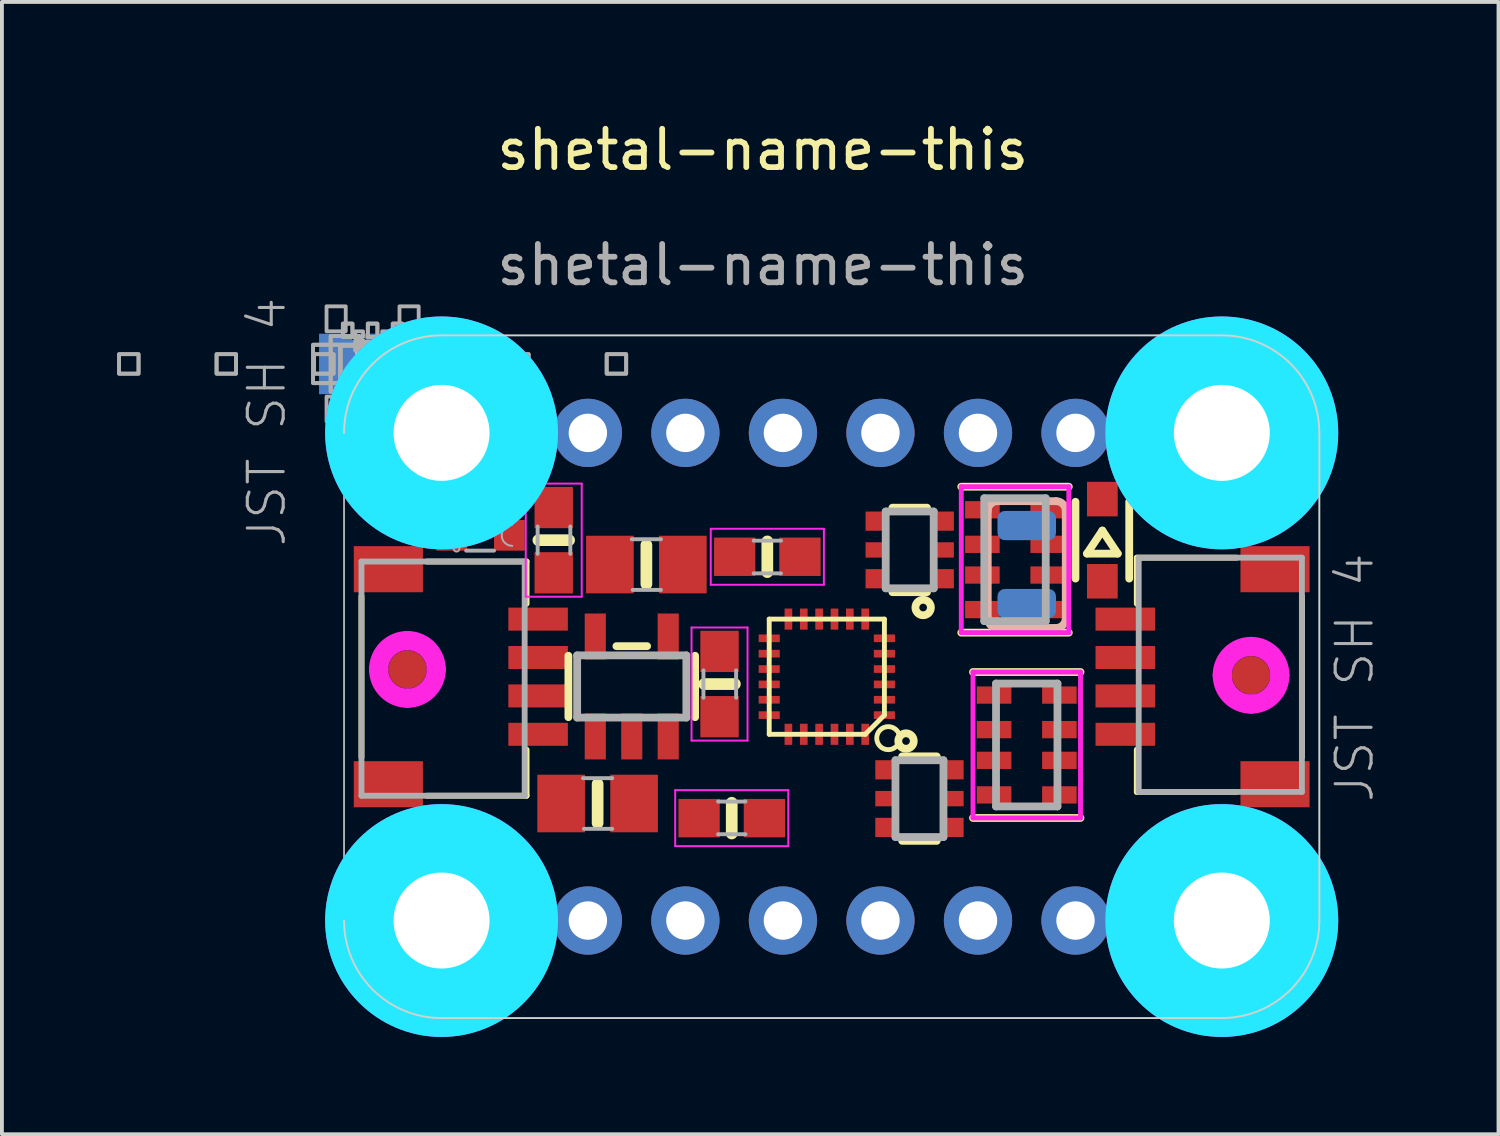
<source format=kicad_pcb>
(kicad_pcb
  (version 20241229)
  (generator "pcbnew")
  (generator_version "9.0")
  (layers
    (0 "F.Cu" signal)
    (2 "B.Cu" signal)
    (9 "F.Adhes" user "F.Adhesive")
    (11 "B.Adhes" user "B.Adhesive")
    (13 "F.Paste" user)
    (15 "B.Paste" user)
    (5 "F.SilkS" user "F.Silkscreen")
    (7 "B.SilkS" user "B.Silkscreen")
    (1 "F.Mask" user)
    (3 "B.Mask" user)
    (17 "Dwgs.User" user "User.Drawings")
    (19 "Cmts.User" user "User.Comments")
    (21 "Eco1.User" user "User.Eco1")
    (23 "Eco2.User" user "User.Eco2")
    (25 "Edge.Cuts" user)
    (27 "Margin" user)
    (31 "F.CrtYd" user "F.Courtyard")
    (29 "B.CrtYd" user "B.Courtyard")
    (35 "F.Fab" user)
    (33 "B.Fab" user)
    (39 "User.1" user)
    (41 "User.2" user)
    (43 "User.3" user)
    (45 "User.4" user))
  (footprint "shetal-name-this"
    (layer "F.Cu")
    (at 16.814 1.348)
    (property "Reference" "shetal-name-this" (at 0 -0.5 0) (unlocked yes) (layer "F.SilkS") (effects (font (size 1 1) (thickness 0.15))))
    (attr through_hole)
    (fp_arc (start -10.002949 13.035551) (mid -9.783279 12.505221) (end -9.252949 12.285551) (stroke (width 0.5) (type solid)) (layer "F.Mask"))
    (fp_arc (start -9.252949 12.285551) (mid -8.722619 12.505221) (end -8.502949 13.035551) (stroke (width 0.5) (type solid)) (layer "F.Mask"))
    (fp_arc (start -9.252949 13.785551) (mid -9.783279 13.565881) (end -10.002949 13.035551) (stroke (width 0.5) (type solid)) (layer "F.Mask"))
    (fp_arc (start -8.502949 13.035551) (mid -8.722619 13.565881) (end -9.252949 13.785551) (stroke (width 0.5) (type solid)) (layer "F.Mask"))
    (fp_arc (start 11.968051 13.187951) (mid 12.187721 12.657621) (end 12.718051 12.437951) (stroke (width 0.5) (type solid)) (layer "F.Mask"))
    (fp_arc (start 12.718051 12.437951) (mid 13.248381 12.657621) (end 13.468051 13.187951) (stroke (width 0.5) (type solid)) (layer "F.Mask"))
    (fp_arc (start 12.718051 13.937951) (mid 12.187721 13.718281) (end 11.968051 13.187951) (stroke (width 0.5) (type solid)) (layer "F.Mask"))
    (fp_arc (start 13.468051 13.187951) (mid 13.248381 13.718281) (end 12.718051 13.937951) (stroke (width 0.5) (type solid)) (layer "F.Mask"))
    (fp_poly (pts (xy -10.054 5.077) (xy -10.839 4.292) (xy -11.555 4.292) (xy -11.555 5.868) (xy -10.787 5.868)) (stroke (width 0) (type solid)) (fill yes) (layer "B.Cu"))
    (fp_poly (pts (xy -8.765 4.292) (xy -10.476 4.292) (xy -9.717 5.08) (xy -10.476 5.868) (xy -8.765 5.868)) (stroke (width 0) (type solid)) (fill yes) (layer "B.Cu"))
    (fp_poly (pts (xy -11.62 4.255) (xy -8.7 4.255) (xy -8.7 5.905) (xy -11.62 5.905)) (stroke (width 0) (type solid)) (fill yes) (layer "B.Mask"))
    (fp_line (start -10.45 11.126) (end -10.45 15.326) (stroke (width 0.152) (type solid)) (layer "F.SilkS"))
    (fp_line (start -8.75 10.226) (end -6.15 10.226) (stroke (width 0.152) (type solid)) (layer "F.SilkS"))
    (fp_line (start -6.15 10.226) (end -6.15 11.326) (stroke (width 0.152) (type solid)) (layer "F.SilkS"))
    (fp_line (start -6.15 15.126) (end -6.15 16.326) (stroke (width 0.152) (type solid)) (layer "F.SilkS"))
    (fp_line (start -6.15 16.326) (end -8.75 16.326) (stroke (width 0.152) (type solid)) (layer "F.SilkS"))
    (fp_line (start -5.061 12.68) (end -5.061 14.28) (stroke (width 0.203) (type solid)) (layer "F.SilkS"))
    (fp_line (start -5.043 9.67) (end -5.843 9.67) (stroke (width 0.305) (type solid)) (layer "F.SilkS"))
    (fp_line (start -4.3 16.02) (end -4.3 17.036) (stroke (width 0.305) (type solid)) (layer "F.SilkS"))
    (fp_line (start -3.811 12.43) (end -3.011 12.43) (stroke (width 0.203) (type solid)) (layer "F.SilkS"))
    (fp_line (start -3.03 9.797) (end -3.03 10.813) (stroke (width 0.305) (type solid)) (layer "F.SilkS"))
    (fp_line (start -1.761 12.68) (end -1.761 14.28) (stroke (width 0.203) (type solid)) (layer "F.SilkS"))
    (fp_line (start -0.807 16.509) (end -0.807 17.309) (stroke (width 0.305) (type solid)) (layer "F.SilkS"))
    (fp_line (start -0.725 13.417) (end -1.525 13.417) (stroke (width 0.305) (type solid)) (layer "F.SilkS"))
    (fp_line (start 0.12 10.502) (end 0.12 9.702) (stroke (width 0.305) (type solid)) (layer "F.SilkS"))
    (fp_line (start 0.169 11.726) (end 3.169 11.726) (stroke (width 0.127) (type solid)) (layer "F.SilkS"))
    (fp_line (start 0.169 14.726) (end 0.169 11.726) (stroke (width 0.127) (type solid)) (layer "F.SilkS"))
    (fp_line (start 2.669 14.726) (end 0.169 14.726) (stroke (width 0.127) (type solid)) (layer "F.SilkS"))
    (fp_line (start 3.169 11.726) (end 3.169 14.226) (stroke (width 0.127) (type solid)) (layer "F.SilkS"))
    (fp_line (start 3.169 14.226) (end 2.669 14.726) (stroke (width 0.127) (type solid)) (layer "F.SilkS"))
    (fp_line (start 3.378 8.824) (end 4.278 8.824) (stroke (width 0.203) (type solid)) (layer "F.SilkS"))
    (fp_line (start 3.378 11.024) (end 4.278 11.024) (stroke (width 0.203) (type solid)) (layer "F.SilkS"))
    (fp_line (start 4.532 15.301) (end 3.632 15.301) (stroke (width 0.203) (type solid)) (layer "F.SilkS"))
    (fp_line (start 4.532 17.501) (end 3.632 17.501) (stroke (width 0.203) (type solid)) (layer "F.SilkS"))
    (fp_line (start 5.171 8.278) (end 7.971 8.278) (stroke (width 0.203) (type solid)) (layer "F.SilkS"))
    (fp_line (start 5.476 13.104) (end 8.276 13.104) (stroke (width 0.203) (type solid)) (layer "F.SilkS"))
    (fp_line (start 7.971 12.078) (end 5.171 12.078) (stroke (width 0.203) (type solid)) (layer "F.SilkS"))
    (fp_line (start 8.145 10.67) (end 8.145 8.67) (stroke (width 0.203) (type solid)) (layer "F.SilkS"))
    (fp_line (start 8.276 16.904) (end 5.476 16.904) (stroke (width 0.203) (type solid)) (layer "F.SilkS"))
    (fp_line (start 8.445 10.02) (end 8.845 9.42) (stroke (width 0.203) (type solid)) (layer "F.SilkS"))
    (fp_line (start 8.845 9.42) (end 9.245 10.02) (stroke (width 0.203) (type solid)) (layer "F.SilkS"))
    (fp_line (start 9.245 10.02) (end 8.445 10.02) (stroke (width 0.203) (type solid)) (layer "F.SilkS"))
    (fp_line (start 9.545 8.67) (end 9.545 10.67) (stroke (width 0.203) (type solid)) (layer "F.SilkS"))
    (fp_line (start 9.742 10.126) (end 12.342 10.126) (stroke (width 0.152) (type solid)) (layer "F.SilkS"))
    (fp_line (start 9.742 11.326) (end 9.742 10.126) (stroke (width 0.152) (type solid)) (layer "F.SilkS"))
    (fp_line (start 9.742 16.226) (end 9.742 15.126) (stroke (width 0.152) (type solid)) (layer "F.SilkS"))
    (fp_line (start 12.342 16.226) (end 9.742 16.226) (stroke (width 0.152) (type solid)) (layer "F.SilkS"))
    (fp_line (start 14.042 15.326) (end 14.042 11.126) (stroke (width 0.152) (type solid)) (layer "F.SilkS"))
    (fp_circle (center -8.364 6.876) (end -6.364 6.876) (stroke (width 0.203) (type solid)) (fill no) (layer "F.SilkS"))
    (fp_circle (center -8.364 19.576) (end -6.364 19.576) (stroke (width 0.203) (type solid)) (fill no) (layer "F.SilkS"))
    (fp_circle (center 3.269 14.826) (end 2.969 14.826) (stroke (width 0.127) (type solid)) (fill no) (layer "F.SilkS"))
    (fp_circle (center 3.732 14.901) (end 3.732 15.001) (stroke (width 0.203) (type solid)) (fill no) (layer "F.SilkS"))
    (fp_circle (center 4.178 11.424) (end 4.178 11.324) (stroke (width 0.203) (type solid)) (fill no) (layer "F.SilkS"))
    (fp_circle (center 11.956 6.876) (end 13.956 6.876) (stroke (width 0.203) (type solid)) (fill no) (layer "F.SilkS"))
    (fp_circle (center 11.956 19.576) (end 13.956 19.576) (stroke (width 0.203) (type solid)) (fill no) (layer "F.SilkS"))
    (fp_poly (pts (xy -9.858 5.47) (xy -10.443 5.08) (xy -9.858 4.69)) (stroke (width 0) (type solid)) (fill yes) (layer "F.SilkS"))
    (fp_poly (pts (xy -9.747 5.334) (xy -10.573 5.334) (xy -10.16 4.818)) (stroke (width 0) (type solid)) (fill yes) (layer "F.SilkS"))
    (fp_poly (pts (xy -10.61 5.58) (xy -10.41 5.58) (xy -10.41 4.58) (xy -10.61 4.58)) (stroke (width 0) (type solid)) (fill yes) (layer "F.SilkS"))
    (fp_poly (pts (xy -10.541 4.94) (xy -9.779 4.94) (xy -9.779 4.813) (xy -10.541 4.813)) (stroke (width 0) (type solid)) (fill yes) (layer "F.SilkS"))
    (fp_line (start 5.86 8.908) (end 5.86 11.702) (stroke (width 0.203) (type solid)) (layer "B.SilkS"))
    (fp_line (start 7.638 8.654) (end 6.114 8.654) (stroke (width 0.203) (type solid)) (layer "B.SilkS"))
    (fp_line (start 7.638 11.956) (end 6.114 11.956) (stroke (width 0.203) (type solid)) (layer "B.SilkS"))
    (fp_line (start 7.892 11.702) (end 7.892 8.908) (stroke (width 0.203) (type solid)) (layer "B.SilkS"))
    (fp_arc (start 5.860051 8.908051) (mid 5.934446 8.728446) (end 6.114051 8.654051) (stroke (width 0.2032) (type solid)) (layer "B.SilkS"))
    (fp_arc (start 6.114051 11.956051) (mid 5.934446 11.881656) (end 5.860051 11.702051) (stroke (width 0.2032) (type solid)) (layer "B.SilkS"))
    (fp_arc (start 7.638051 8.654051) (mid 7.817656 8.728446) (end 7.892051 8.908051) (stroke (width 0.2032) (type solid)) (layer "B.SilkS"))
    (fp_arc (start 7.892051 11.702051) (mid 7.817656 11.881656) (end 7.638051 11.956051) (stroke (width 0.2032) (type solid)) (layer "B.SilkS"))
    (fp_poly (pts (xy -10.36 5.38) (xy -9.96 5.38) (xy -9.96 4.78) (xy -10.36 4.78)) (stroke (width 0) (type solid)) (fill yes) (layer "F.Adhes"))
    (fp_poly (pts (xy -10.36 5.38) (xy -9.96 5.38) (xy -9.96 4.78) (xy -10.36 4.78)) (stroke (width 0) (type solid)) (fill yes) (layer "F.Adhes"))
    (fp_poly (pts (xy -10.36 5.38) (xy -9.96 5.38) (xy -9.96 4.78) (xy -10.36 4.78)) (stroke (width 0) (type solid)) (fill yes) (layer "F.Adhes"))
    (fp_poly (pts (xy -10.36 5.38) (xy -9.96 5.38) (xy -9.96 4.78) (xy -10.36 4.78)) (stroke (width 0) (type solid)) (fill yes) (layer "F.Adhes"))
    (fp_line (start -8.364 22.116) (end 11.956 22.116) (stroke (width 0.05) (type solid)) (layer "Edge.Cuts"))
    (fp_line (start 11.956 4.336) (end -8.364 4.336) (stroke (width 0.05) (type solid)) (layer "Edge.Cuts"))
    (fp_line (start 14.496 19.576) (end 14.496 6.876) (stroke (width 0.05) (type solid)) (layer "Edge.Cuts"))
    (fp_arc (start -10.903949 6.876051) (mid -10.16 5.08) (end -8.363949 4.336051) (stroke (width 0.05) (type solid)) (layer "Edge.Cuts"))
    (fp_arc (start -8.363949 22.116051) (mid -10.16 21.372102) (end -10.903949 19.576051) (stroke (width 0.05) (type solid)) (layer "Edge.Cuts"))
    (fp_arc (start 11.956051 4.336051) (mid 13.752102 5.08) (end 14.496051 6.876051) (stroke (width 0.05) (type solid)) (layer "Edge.Cuts"))
    (fp_arc (start 14.496051 19.576051) (mid 13.752102 21.372102) (end 11.956051 22.116051) (stroke (width 0.05) (type solid)) (layer "Edge.Cuts"))
    (fp_circle (center -8.364 6.876) (end -7.364 6.876) (stroke (width 2.032) (type solid)) (fill no) (layer "B.CrtYd"))
    (fp_circle (center -8.364 19.576) (end -7.364 19.576) (stroke (width 2.032) (type solid)) (fill no) (layer "B.CrtYd"))
    (fp_circle (center 11.956 6.876) (end 12.956 6.876) (stroke (width 2.032) (type solid)) (fill no) (layer "B.CrtYd"))
    (fp_circle (center 11.956 19.576) (end 12.956 19.576) (stroke (width 2.032) (type solid)) (fill no) (layer "B.CrtYd"))
    (fp_line (start -6.172 8.197) (end -4.714 8.197) (stroke (width 0.051) (type solid)) (layer "F.CrtYd"))
    (fp_line (start -6.172 11.143) (end -6.172 8.197) (stroke (width 0.051) (type solid)) (layer "F.CrtYd"))
    (fp_line (start -4.714 8.197) (end -4.714 11.143) (stroke (width 0.051) (type solid)) (layer "F.CrtYd"))
    (fp_line (start -4.714 11.143) (end -6.172 11.143) (stroke (width 0.051) (type solid)) (layer "F.CrtYd"))
    (fp_line (start -2.28 16.18) (end 0.666 16.18) (stroke (width 0.051) (type solid)) (layer "F.CrtYd"))
    (fp_line (start -2.28 17.638) (end -2.28 16.18) (stroke (width 0.051) (type solid)) (layer "F.CrtYd"))
    (fp_line (start -1.854 11.944) (end -0.396 11.944) (stroke (width 0.051) (type solid)) (layer "F.CrtYd"))
    (fp_line (start -1.854 14.89) (end -1.854 11.944) (stroke (width 0.051) (type solid)) (layer "F.CrtYd"))
    (fp_line (start -1.353 9.373) (end 1.593 9.373) (stroke (width 0.051) (type solid)) (layer "F.CrtYd"))
    (fp_line (start -1.353 10.831) (end -1.353 9.373) (stroke (width 0.051) (type solid)) (layer "F.CrtYd"))
    (fp_line (start -0.396 11.944) (end -0.396 14.89) (stroke (width 0.051) (type solid)) (layer "F.CrtYd"))
    (fp_line (start -0.396 14.89) (end -1.854 14.89) (stroke (width 0.051) (type solid)) (layer "F.CrtYd"))
    (fp_line (start 0.666 16.18) (end 0.666 17.638) (stroke (width 0.051) (type solid)) (layer "F.CrtYd"))
    (fp_line (start 0.666 17.638) (end -2.28 17.638) (stroke (width 0.051) (type solid)) (layer "F.CrtYd"))
    (fp_line (start 1.593 9.373) (end 1.593 10.831) (stroke (width 0.051) (type solid)) (layer "F.CrtYd"))
    (fp_line (start 1.593 10.831) (end -1.353 10.831) (stroke (width 0.051) (type solid)) (layer "F.CrtYd"))
    (fp_line (start 5.171 8.278) (end 5.171 12.078) (stroke (width 0.127) (type solid)) (layer "F.CrtYd"))
    (fp_line (start 5.171 8.278) (end 7.971 8.278) (stroke (width 0.127) (type solid)) (layer "F.CrtYd"))
    (fp_line (start 5.476 13.104) (end 8.276 13.104) (stroke (width 0.127) (type solid)) (layer "F.CrtYd"))
    (fp_line (start 5.476 16.904) (end 5.476 13.104) (stroke (width 0.127) (type solid)) (layer "F.CrtYd"))
    (fp_line (start 7.971 8.278) (end 7.971 12.078) (stroke (width 0.127) (type solid)) (layer "F.CrtYd"))
    (fp_line (start 7.971 12.078) (end 5.171 12.078) (stroke (width 0.127) (type solid)) (layer "F.CrtYd"))
    (fp_line (start 8.276 16.904) (end 5.476 16.904) (stroke (width 0.127) (type solid)) (layer "F.CrtYd"))
    (fp_line (start 8.276 16.904) (end 8.276 13.104) (stroke (width 0.127) (type solid)) (layer "F.CrtYd"))
    (fp_arc (start -10.002949 13.035551) (mid -9.783279 12.505221) (end -9.252949 12.285551) (stroke (width 0.5) (type solid)) (layer "F.CrtYd"))
    (fp_arc (start -9.252949 12.285551) (mid -8.722619 12.505221) (end -8.502949 13.035551) (stroke (width 0.5) (type solid)) (layer "F.CrtYd"))
    (fp_arc (start -9.252949 13.785551) (mid -9.783279 13.565881) (end -10.002949 13.035551) (stroke (width 0.5) (type solid)) (layer "F.CrtYd"))
    (fp_arc (start -8.502949 13.035551) (mid -8.722619 13.565881) (end -9.252949 13.785551) (stroke (width 0.5) (type solid)) (layer "F.CrtYd"))
    (fp_arc (start 11.968051 13.187951) (mid 12.187721 12.657621) (end 12.718051 12.437951) (stroke (width 0.5) (type solid)) (layer "F.CrtYd"))
    (fp_arc (start 12.718051 12.437951) (mid 13.248381 12.657621) (end 13.468051 13.187951) (stroke (width 0.5) (type solid)) (layer "F.CrtYd"))
    (fp_arc (start 12.718051 13.937951) (mid 12.187721 13.718281) (end 11.968051 13.187951) (stroke (width 0.5) (type solid)) (layer "F.CrtYd"))
    (fp_arc (start 13.468051 13.187951) (mid 13.248381 13.718281) (end 12.718051 13.937951) (stroke (width 0.5) (type solid)) (layer "F.CrtYd"))
    (fp_circle (center -8.364 6.876) (end -7.364 6.876) (stroke (width 2.032) (type solid)) (fill no) (layer "F.CrtYd"))
    (fp_circle (center -8.364 19.576) (end -7.364 19.576) (stroke (width 2.032) (type solid)) (fill no) (layer "F.CrtYd"))
    (fp_circle (center 11.956 6.876) (end 12.956 6.876) (stroke (width 2.032) (type solid)) (fill no) (layer "F.CrtYd"))
    (fp_circle (center 11.956 19.576) (end 12.956 19.576) (stroke (width 2.032) (type solid)) (fill no) (layer "F.CrtYd"))
    (fp_line (start -10.904 6.876) (end -10.904 19.576) (stroke (width 0.05) (type solid)) (layer "F.Fab"))
    (fp_line (start -10.45 10.226) (end -6.2 10.226) (stroke (width 0.152) (type solid)) (layer "F.Fab"))
    (fp_line (start -10.45 16.326) (end -10.45 10.226) (stroke (width 0.152) (type solid)) (layer "F.Fab"))
    (fp_line (start -7.723 9.943) (end -6.998 9.943) (stroke (width 0.102) (type solid)) (layer "F.Fab"))
    (fp_line (start -7.698 9.143) (end -6.998 9.143) (stroke (width 0.102) (type solid)) (layer "F.Fab"))
    (fp_line (start -6.2 10.226) (end -6.2 16.326) (stroke (width 0.152) (type solid)) (layer "F.Fab"))
    (fp_line (start -6.2 16.326) (end -10.45 16.326) (stroke (width 0.152) (type solid)) (layer "F.Fab"))
    (fp_line (start -5.862 9.314) (end -5.862 10.026) (stroke (width 0.102) (type solid)) (layer "F.Fab"))
    (fp_line (start -5.824 18.941) (end -5.824 20.211) (stroke (width 0.203) (type solid)) (layer "F.Fab"))
    (fp_line (start -5.011 9.314) (end -5.011 10.026) (stroke (width 0.102) (type solid)) (layer "F.Fab"))
    (fp_line (start -4.833 12.67) (end -1.989 12.67) (stroke (width 0.203) (type solid)) (layer "F.Fab"))
    (fp_line (start -4.833 14.29) (end -4.833 12.67) (stroke (width 0.203) (type solid)) (layer "F.Fab"))
    (fp_line (start -4.681 15.868) (end -3.919 15.868) (stroke (width 0.102) (type solid)) (layer "F.Fab"))
    (fp_line (start -4.656 17.188) (end -3.919 17.188) (stroke (width 0.102) (type solid)) (layer "F.Fab"))
    (fp_line (start -3.411 9.645) (end -2.649 9.645) (stroke (width 0.102) (type solid)) (layer "F.Fab"))
    (fp_line (start -3.386 10.965) (end -2.649 10.965) (stroke (width 0.102) (type solid)) (layer "F.Fab"))
    (fp_line (start -1.989 12.67) (end -1.989 14.29) (stroke (width 0.203) (type solid)) (layer "F.Fab"))
    (fp_line (start -1.989 14.29) (end -4.833 14.29) (stroke (width 0.203) (type solid)) (layer "F.Fab"))
    (fp_line (start -1.544 13.061) (end -1.544 13.773) (stroke (width 0.102) (type solid)) (layer "F.Fab"))
    (fp_line (start -1.163 16.477) (end -0.451 16.477) (stroke (width 0.102) (type solid)) (layer "F.Fab"))
    (fp_line (start -1.163 17.328) (end -0.451 17.328) (stroke (width 0.102) (type solid)) (layer "F.Fab"))
    (fp_line (start -0.693 13.061) (end -0.693 13.773) (stroke (width 0.102) (type solid)) (layer "F.Fab"))
    (fp_line (start 0.476 9.683) (end -0.236 9.683) (stroke (width 0.102) (type solid)) (layer "F.Fab"))
    (fp_line (start 0.476 10.534) (end -0.236 10.534) (stroke (width 0.102) (type solid)) (layer "F.Fab"))
    (fp_line (start 3.203 8.924) (end 4.453 8.924) (stroke (width 0.203) (type solid)) (layer "F.Fab"))
    (fp_line (start 3.203 10.924) (end 3.203 8.924) (stroke (width 0.203) (type solid)) (layer "F.Fab"))
    (fp_line (start 3.457 15.401) (end 4.707 15.401) (stroke (width 0.203) (type solid)) (layer "F.Fab"))
    (fp_line (start 3.457 17.401) (end 3.457 15.401) (stroke (width 0.203) (type solid)) (layer "F.Fab"))
    (fp_line (start 4.453 8.924) (end 4.453 10.924) (stroke (width 0.203) (type solid)) (layer "F.Fab"))
    (fp_line (start 4.453 10.924) (end 3.203 10.924) (stroke (width 0.203) (type solid)) (layer "F.Fab"))
    (fp_line (start 4.707 15.401) (end 4.707 17.401) (stroke (width 0.203) (type solid)) (layer "F.Fab"))
    (fp_line (start 4.707 17.401) (end 3.457 17.401) (stroke (width 0.203) (type solid)) (layer "F.Fab"))
    (fp_line (start 5.771 8.578) (end 7.371 8.578) (stroke (width 0.203) (type solid)) (layer "F.Fab"))
    (fp_line (start 5.771 11.778) (end 5.771 8.578) (stroke (width 0.203) (type solid)) (layer "F.Fab"))
    (fp_line (start 6.076 13.404) (end 7.676 13.404) (stroke (width 0.203) (type solid)) (layer "F.Fab"))
    (fp_line (start 6.076 16.604) (end 6.076 13.404) (stroke (width 0.203) (type solid)) (layer "F.Fab"))
    (fp_line (start 7.371 8.578) (end 7.371 11.778) (stroke (width 0.203) (type solid)) (layer "F.Fab"))
    (fp_line (start 7.371 11.778) (end 5.771 11.778) (stroke (width 0.203) (type solid)) (layer "F.Fab"))
    (fp_line (start 7.676 13.404) (end 7.676 16.604) (stroke (width 0.203) (type solid)) (layer "F.Fab"))
    (fp_line (start 7.676 16.604) (end 6.076 16.604) (stroke (width 0.203) (type solid)) (layer "F.Fab"))
    (fp_line (start 9.416 7.511) (end 9.416 6.241) (stroke (width 0.203) (type solid)) (layer "F.Fab"))
    (fp_line (start 9.792 10.126) (end 14.042 10.126) (stroke (width 0.152) (type solid)) (layer "F.Fab"))
    (fp_line (start 9.792 16.226) (end 9.792 10.126) (stroke (width 0.152) (type solid)) (layer "F.Fab"))
    (fp_line (start 14.042 10.126) (end 14.042 16.226) (stroke (width 0.152) (type solid)) (layer "F.Fab"))
    (fp_line (start 14.042 16.226) (end 9.792 16.226) (stroke (width 0.152) (type solid)) (layer "F.Fab"))
    (fp_arc (start -8.147947 9.243051) (mid -7.872915 9.543052) (end -8.147949 9.843051) (stroke (width 0.1016) (type solid)) (layer "F.Fab"))
    (fp_arc (start -6.522949 9.818051) (mid -6.797949 9.543051) (end -6.522949 9.268051) (stroke (width 0.0508) (type solid)) (layer "F.Fab"))
    (fp_circle (center -7.973 9.893) (end -7.973 9.818) (stroke (width 0.051) (type solid)) (fill no) (layer "F.Fab"))
    (fp_poly (pts (xy -16.764 5.334) (xy -16.256 5.334) (xy -16.256 4.826) (xy -16.764 4.826)) (stroke (width 0.1) (type solid)) (fill no) (layer "F.Fab"))
    (fp_poly (pts (xy -16.764 5.334) (xy -16.256 5.334) (xy -16.256 4.826) (xy -16.764 4.826)) (stroke (width 0.1) (type solid)) (fill no) (layer "F.Fab"))
    (fp_poly (pts (xy -14.224 5.334) (xy -13.716 5.334) (xy -13.716 4.826) (xy -14.224 4.826)) (stroke (width 0.1) (type solid)) (fill no) (layer "F.Fab"))
    (fp_poly (pts (xy -14.224 5.334) (xy -13.716 5.334) (xy -13.716 4.826) (xy -14.224 4.826)) (stroke (width 0.1) (type solid)) (fill no) (layer "F.Fab"))
    (fp_poly (pts (xy -11.71 5.58) (xy -8.61 5.58) (xy -8.61 4.58) (xy -11.71 4.58)) (stroke (width 0.1) (type solid)) (fill no) (layer "F.Fab"))
    (fp_poly (pts (xy -11.71 5.58) (xy -8.61 5.58) (xy -8.61 4.58) (xy -11.71 4.58)) (stroke (width 0.1) (type solid)) (fill no) (layer "F.Fab"))
    (fp_poly (pts (xy -11.684 5.334) (xy -11.176 5.334) (xy -11.176 4.826) (xy -11.684 4.826)) (stroke (width 0.1) (type solid)) (fill no) (layer "F.Fab"))
    (fp_poly (pts (xy -11.684 5.334) (xy -11.176 5.334) (xy -11.176 4.826) (xy -11.684 4.826)) (stroke (width 0.1) (type solid)) (fill no) (layer "F.Fab"))
    (fp_poly (pts (xy -11.36 4.23) (xy -10.86 4.23) (xy -10.86 3.58) (xy -11.36 3.58)) (stroke (width 0.1) (type solid)) (fill no) (layer "F.Fab"))
    (fp_poly (pts (xy -11.36 6.58) (xy -10.86 6.58) (xy -10.86 5.93) (xy -11.36 5.93)) (stroke (width 0.1) (type solid)) (fill no) (layer "F.Fab"))
    (fp_poly (pts (xy -11.252 5.804) (xy -10.502 5.804) (xy -10.502 4.354) (xy -11.252 4.354)) (stroke (width 0.1) (type solid)) (fill no) (layer "F.Fab"))
    (fp_poly (pts (xy -11.252 5.804) (xy -10.502 5.804) (xy -10.502 4.354) (xy -11.252 4.354)) (stroke (width 0.1) (type solid)) (fill no) (layer "F.Fab"))
    (fp_poly (pts (xy -10.998 5.55) (xy -10.498 5.55) (xy -10.498 4.6) (xy -10.998 4.6)) (stroke (width 0.1) (type solid)) (fill no) (layer "F.Fab"))
    (fp_poly (pts (xy -10.998 5.55) (xy -10.498 5.55) (xy -10.498 4.6) (xy -10.998 4.6)) (stroke (width 0.1) (type solid)) (fill no) (layer "F.Fab"))
    (fp_poly (pts (xy -10.998 5.55) (xy -10.498 5.55) (xy -10.498 4.6) (xy -10.998 4.6)) (stroke (width 0.1) (type solid)) (fill no) (layer "F.Fab"))
    (fp_poly (pts (xy -10.998 5.55) (xy -10.498 5.55) (xy -10.498 4.6) (xy -10.998 4.6)) (stroke (width 0.1) (type solid)) (fill no) (layer "F.Fab"))
    (fp_poly (pts (xy -10.935 4.38) (xy -10.685 4.38) (xy -10.685 4.03) (xy -10.935 4.03)) (stroke (width 0.1) (type solid)) (fill no) (layer "F.Fab"))
    (fp_poly (pts (xy -10.935 4.38) (xy -10.685 4.38) (xy -10.685 4.03) (xy -10.935 4.03)) (stroke (width 0.1) (type solid)) (fill no) (layer "F.Fab"))
    (fp_poly (pts (xy -10.935 6.13) (xy -10.685 6.13) (xy -10.685 5.78) (xy -10.935 5.78)) (stroke (width 0.1) (type solid)) (fill no) (layer "F.Fab"))
    (fp_poly (pts (xy -10.935 6.13) (xy -10.685 6.13) (xy -10.685 5.78) (xy -10.935 5.78)) (stroke (width 0.1) (type solid)) (fill no) (layer "F.Fab"))
    (fp_poly (pts (xy -10.61 4.38) (xy -10.41 4.38) (xy -10.41 4.23) (xy -10.61 4.23)) (stroke (width 0.1) (type solid)) (fill no) (layer "F.Fab"))
    (fp_poly (pts (xy -10.61 4.73) (xy -10.56 4.73) (xy -10.56 4.355) (xy -10.61 4.355)) (stroke (width 0.1) (type solid)) (fill no) (layer "F.Fab"))
    (fp_poly (pts (xy -10.61 4.73) (xy -9.71 4.73) (xy -9.71 4.505) (xy -10.61 4.505)) (stroke (width 0.1) (type solid)) (fill no) (layer "F.Fab"))
    (fp_poly (pts (xy -10.61 5.93) (xy -10.41 5.93) (xy -10.41 5.43) (xy -10.61 5.43)) (stroke (width 0.1) (type solid)) (fill no) (layer "F.Fab"))
    (fp_poly (pts (xy -10.435 4.53) (xy -10.385 4.53) (xy -10.385 4.48) (xy -10.435 4.48)) (stroke (width 0.1) (type solid)) (fill no) (layer "F.Fab"))
    (fp_poly (pts (xy -10.435 5.655) (xy -9.885 5.655) (xy -9.885 5.43) (xy -10.435 5.43)) (stroke (width 0.1) (type solid)) (fill no) (layer "F.Fab"))
    (fp_poly (pts (xy -10.435 5.73) (xy -10.335 5.73) (xy -10.335 5.63) (xy -10.435 5.63)) (stroke (width 0.1) (type solid)) (fill no) (layer "F.Fab"))
    (fp_poly (pts (xy -10.41 6.58) (xy -9.91 6.58) (xy -9.91 5.93) (xy -10.41 5.93)) (stroke (width 0.1) (type solid)) (fill no) (layer "F.Fab"))
    (fp_poly (pts (xy -10.285 4.38) (xy -10.035 4.38) (xy -10.035 4.03) (xy -10.285 4.03)) (stroke (width 0.1) (type solid)) (fill no) (layer "F.Fab"))
    (fp_poly (pts (xy -10.285 4.38) (xy -10.035 4.38) (xy -10.035 4.03) (xy -10.285 4.03)) (stroke (width 0.1) (type solid)) (fill no) (layer "F.Fab"))
    (fp_poly (pts (xy -10.285 6.13) (xy -10.035 6.13) (xy -10.035 5.78) (xy -10.285 5.78)) (stroke (width 0.1) (type solid)) (fill no) (layer "F.Fab"))
    (fp_poly (pts (xy -10.285 6.13) (xy -10.035 6.13) (xy -10.035 5.78) (xy -10.285 5.78)) (stroke (width 0.1) (type solid)) (fill no) (layer "F.Fab"))
    (fp_poly (pts (xy -9.985 5.73) (xy -9.885 5.73) (xy -9.885 5.63) (xy -9.985 5.63)) (stroke (width 0.1) (type solid)) (fill no) (layer "F.Fab"))
    (fp_poly (pts (xy -9.91 4.53) (xy -9.71 4.53) (xy -9.71 4.23) (xy -9.91 4.23)) (stroke (width 0.1) (type solid)) (fill no) (layer "F.Fab"))
    (fp_poly (pts (xy -9.91 5.93) (xy -9.71 5.93) (xy -9.71 5.43) (xy -9.91 5.43)) (stroke (width 0.1) (type solid)) (fill no) (layer "F.Fab"))
    (fp_poly (pts (xy -9.83 5.55) (xy -9.33 5.55) (xy -9.33 4.6) (xy -9.83 4.6)) (stroke (width 0.1) (type solid)) (fill no) (layer "F.Fab"))
    (fp_poly (pts (xy -9.83 5.55) (xy -9.33 5.55) (xy -9.33 4.6) (xy -9.83 4.6)) (stroke (width 0.1) (type solid)) (fill no) (layer "F.Fab"))
    (fp_poly (pts (xy -9.83 5.55) (xy -9.33 5.55) (xy -9.33 4.6) (xy -9.83 4.6)) (stroke (width 0.1) (type solid)) (fill no) (layer "F.Fab"))
    (fp_poly (pts (xy -9.83 5.55) (xy -9.33 5.55) (xy -9.33 4.6) (xy -9.83 4.6)) (stroke (width 0.1) (type solid)) (fill no) (layer "F.Fab"))
    (fp_poly (pts (xy -9.804 5.804) (xy -9.054 5.804) (xy -9.054 4.354) (xy -9.804 4.354)) (stroke (width 0.1) (type solid)) (fill no) (layer "F.Fab"))
    (fp_poly (pts (xy -9.804 5.804) (xy -9.054 5.804) (xy -9.054 4.354) (xy -9.804 4.354)) (stroke (width 0.1) (type solid)) (fill no) (layer "F.Fab"))
    (fp_poly (pts (xy -9.635 4.38) (xy -9.385 4.38) (xy -9.385 4.03) (xy -9.635 4.03)) (stroke (width 0.1) (type solid)) (fill no) (layer "F.Fab"))
    (fp_poly (pts (xy -9.635 4.38) (xy -9.385 4.38) (xy -9.385 4.03) (xy -9.635 4.03)) (stroke (width 0.1) (type solid)) (fill no) (layer "F.Fab"))
    (fp_poly (pts (xy -9.635 6.13) (xy -9.385 6.13) (xy -9.385 5.78) (xy -9.635 5.78)) (stroke (width 0.1) (type solid)) (fill no) (layer "F.Fab"))
    (fp_poly (pts (xy -9.635 6.13) (xy -9.385 6.13) (xy -9.385 5.78) (xy -9.635 5.78)) (stroke (width 0.1) (type solid)) (fill no) (layer "F.Fab"))
    (fp_poly (pts (xy -9.46 4.23) (xy -8.96 4.23) (xy -8.96 3.58) (xy -9.46 3.58)) (stroke (width 0.1) (type solid)) (fill no) (layer "F.Fab"))
    (fp_poly (pts (xy -9.46 6.58) (xy -8.96 6.58) (xy -8.96 5.93) (xy -9.46 5.93)) (stroke (width 0.1) (type solid)) (fill no) (layer "F.Fab"))
    (fp_poly (pts (xy -9.144 5.334) (xy -8.636 5.334) (xy -8.636 4.826) (xy -9.144 4.826)) (stroke (width 0.1) (type solid)) (fill no) (layer "F.Fab"))
    (fp_poly (pts (xy -9.144 5.334) (xy -8.636 5.334) (xy -8.636 4.826) (xy -9.144 4.826)) (stroke (width 0.1) (type solid)) (fill no) (layer "F.Fab"))
    (fp_poly (pts (xy -6.604 5.334) (xy -6.096 5.334) (xy -6.096 4.826) (xy -6.604 4.826)) (stroke (width 0.1) (type solid)) (fill no) (layer "F.Fab"))
    (fp_poly (pts (xy -6.604 5.334) (xy -6.096 5.334) (xy -6.096 4.826) (xy -6.604 4.826)) (stroke (width 0.1) (type solid)) (fill no) (layer "F.Fab"))
    (fp_poly (pts (xy -4.064 5.334) (xy -3.556 5.334) (xy -3.556 4.826) (xy -4.064 4.826)) (stroke (width 0.1) (type solid)) (fill no) (layer "F.Fab"))
    (fp_poly (pts (xy -4.064 5.334) (xy -3.556 5.334) (xy -3.556 4.826) (xy -4.064 4.826)) (stroke (width 0.1) (type solid)) (fill no) (layer "F.Fab"))
    (fp_text user "JST SH 4" (at -12.37 9.896 270) (layer "F.Fab") (effects (font (size 0.935 0.935) (thickness 0.081)) (justify left bottom)))
    (fp_text user "JST SH 4" (at 15.962 16.556 90) (layer "F.Fab") (effects (font (size 0.935 0.935) (thickness 0.081)) (justify left bottom)))
    (fp_text user "${REFERENCE}" (at 0 2.5 0) (unlocked yes) (layer "F.Fab") (effects (font (size 1 1) (thickness 0.15))))
    (pad "1" smd roundrect (at -9.253 13.036) (size 1 1) (layers "F.Cu" "F.Mask") (roundrect_rratio 0.5))
    (pad "1" smd rect (at -5.85 11.726) (size 1.55 0.6) (layers "F.Cu" "F.Mask" "F.Paste"))
    (pad "1" smd rect (at -5.443 8.82 270) (size 1.075 1) (layers "F.Cu" "F.Mask" "F.Paste"))
    (pad "1" smd rect (at -5.25 16.528) (size 1.24 1.5) (layers "F.Cu" "F.Mask" "F.Paste"))
    (pad "1" thru_hole circle (at -4.554 19.576 90) (size 1.778 1.778) (drill 1) (layers "*.Cu" "*.Mask"))
    (pad "1" smd rect (at -4.361 14.78) (size 0.55 1.2) (layers "F.Cu" "F.Mask" "F.Paste"))
    (pad "1" smd rect (at -3.98 10.305) (size 1.24 1.5) (layers "F.Cu" "F.Mask" "F.Paste"))
    (pad "1" smd rect (at -1.657 16.909) (size 1.075 1) (layers "F.Cu" "F.Mask" "F.Paste"))
    (pad "1" smd rect (at -1.125 12.567 270) (size 1.075 1) (layers "F.Cu" "F.Mask" "F.Paste"))
    (pad "1" smd rect (at 0.97 10.102 180) (size 1.075 1) (layers "F.Cu" "F.Mask" "F.Paste"))
    (pad "1" smd rect (at 3.169 14.226 270) (size 0.2 0.55) (layers "F.Cu" "F.Mask" "F.Paste"))
    (pad "1" smd rect (at 3.182 15.651 270) (size 0.5 0.5) (layers "F.Cu" "F.Mask" "F.Paste"))
    (pad "1" smd rect (at 4.728 10.674 90) (size 0.5 0.5) (layers "F.Cu" "F.Mask" "F.Paste"))
    (pad "1" smd rect (at 5.721 8.878 270) (size 0.45 0.9) (layers "F.Cu" "F.Mask" "F.Paste"))
    (pad "1" smd roundrect (at 6.876 9.289 270) (size 0.762 1.524) (layers "B.Cu") (roundrect_rratio 0.25))
    (pad "1" smd rect (at 7.726 16.304 90) (size 0.45 0.9) (layers "F.Cu" "F.Mask" "F.Paste"))
    (pad "1" thru_hole circle (at 8.146 6.876 270) (size 1.778 1.778) (drill 1) (layers "*.Cu" "*.Mask"))
    (pad "1" smd rect (at 9.442 14.726 180) (size 1.55 0.6) (layers "F.Cu" "F.Mask" "F.Paste"))
    (pad "1" smd roundrect (at 12.718 13.188) (size 1 1) (layers "F.Cu" "F.Mask") (roundrect_rratio 0.5))
    (pad "2" smd rect (at -5.85 12.726) (size 1.55 0.6) (layers "F.Cu" "F.Mask" "F.Paste"))
    (pad "2" smd rect (at -5.443 10.52 270) (size 1.075 1) (layers "F.Cu" "F.Mask" "F.Paste"))
    (pad "2" smd rect (at -3.411 14.78) (size 0.55 1.2) (layers "F.Cu" "F.Mask" "F.Paste"))
    (pad "2" smd rect (at -3.35 16.528) (size 1.24 1.5) (layers "F.Cu" "F.Mask" "F.Paste"))
    (pad "2" smd rect (at -2.08 10.305) (size 1.24 1.5) (layers "F.Cu" "F.Mask" "F.Paste"))
    (pad "2" thru_hole circle (at -2.014 19.576 90) (size 1.778 1.778) (drill 1) (layers "*.Cu" "*.Mask"))
    (pad "2" smd rect (at -1.125 14.267 270) (size 1.075 1) (layers "F.Cu" "F.Mask" "F.Paste"))
    (pad "2" smd rect (at -0.73 10.102 180) (size 1.075 1) (layers "F.Cu" "F.Mask" "F.Paste"))
    (pad "2" smd rect (at 0.043 16.909) (size 1.075 1) (layers "F.Cu" "F.Mask" "F.Paste"))
    (pad "2" smd rect (at 3.169 13.826 270) (size 0.2 0.55) (layers "F.Cu" "F.Mask" "F.Paste"))
    (pad "2" smd rect (at 3.182 16.401 270) (size 0.4 0.5) (layers "F.Cu" "F.Mask" "F.Paste"))
    (pad "2" smd rect (at 4.728 9.924 90) (size 0.4 0.5) (layers "F.Cu" "F.Mask" "F.Paste"))
    (pad "2" thru_hole circle (at 5.606 6.876 270) (size 1.778 1.778) (drill 1) (layers "*.Cu" "*.Mask"))
    (pad "2" smd rect (at 5.721 9.778 270) (size 0.45 0.9) (layers "F.Cu" "F.Mask" "F.Paste"))
    (pad "2" smd roundrect (at 6.876 11.321 270) (size 0.762 1.524) (layers "B.Cu") (roundrect_rratio 0.25))
    (pad "2" smd rect (at 7.726 15.404 90) (size 0.45 0.9) (layers "F.Cu" "F.Mask" "F.Paste"))
    (pad "2" smd rect (at 9.442 13.726 180) (size 1.55 0.6) (layers "F.Cu" "F.Mask" "F.Paste"))
    (pad "3" smd rect (at -5.85 13.726) (size 1.55 0.6) (layers "F.Cu" "F.Mask" "F.Paste"))
    (pad "3" smd rect (at -2.461 14.78) (size 0.55 1.2) (layers "F.Cu" "F.Mask" "F.Paste"))
    (pad "3" thru_hole circle (at 0.526 19.576 90) (size 1.778 1.778) (drill 1) (layers "*.Cu" "*.Mask"))
    (pad "3" thru_hole circle (at 3.066 6.876 270) (size 1.778 1.778) (drill 1) (layers "*.Cu" "*.Mask"))
    (pad "3" smd rect (at 3.169 13.426 270) (size 0.2 0.55) (layers "F.Cu" "F.Mask" "F.Paste"))
    (pad "3" smd rect (at 3.182 17.151 270) (size 0.5 0.5) (layers "F.Cu" "F.Mask" "F.Paste"))
    (pad "3" smd rect (at 4.728 9.174 90) (size 0.5 0.5) (layers "F.Cu" "F.Mask" "F.Paste"))
    (pad "3" smd rect (at 5.721 10.578 270) (size 0.45 0.9) (layers "F.Cu" "F.Mask" "F.Paste"))
    (pad "3" smd rect (at 7.726 14.604 90) (size 0.45 0.9) (layers "F.Cu" "F.Mask" "F.Paste"))
    (pad "3" smd rect (at 9.442 12.726 180) (size 1.55 0.6) (layers "F.Cu" "F.Mask" "F.Paste"))
    (pad "4" smd rect (at -5.85 14.726) (size 1.55 0.6) (layers "F.Cu" "F.Mask" "F.Paste"))
    (pad "4" smd rect (at -2.461 12.18) (size 0.55 1.2) (layers "F.Cu" "F.Mask" "F.Paste"))
    (pad "4" thru_hole circle (at 0.526 6.876 270) (size 1.778 1.778) (drill 1) (layers "*.Cu" "*.Mask"))
    (pad "4" smd rect (at 2.928 9.174 90) (size 0.5 0.5) (layers "F.Cu" "F.Mask" "F.Paste"))
    (pad "4" thru_hole circle (at 3.066 19.576 90) (size 1.778 1.778) (drill 1) (layers "*.Cu" "*.Mask"))
    (pad "4" smd rect (at 3.169 13.026 270) (size 0.2 0.55) (layers "F.Cu" "F.Mask" "F.Paste"))
    (pad "4" smd rect (at 4.982 17.151 270) (size 0.5 0.5) (layers "F.Cu" "F.Mask" "F.Paste"))
    (pad "4" smd rect (at 5.721 11.478 270) (size 0.45 0.9) (layers "F.Cu" "F.Mask" "F.Paste"))
    (pad "4" smd rect (at 7.726 13.704 90) (size 0.45 0.9) (layers "F.Cu" "F.Mask" "F.Paste"))
    (pad "4" smd rect (at 9.442 11.726 180) (size 1.55 0.6) (layers "F.Cu" "F.Mask" "F.Paste"))
    (pad "5" smd rect (at -4.361 12.18) (size 0.55 1.2) (layers "F.Cu" "F.Mask" "F.Paste"))
    (pad "5" thru_hole circle (at -2.014 6.876 270) (size 1.778 1.778) (drill 1) (layers "*.Cu" "*.Mask"))
    (pad "5" smd rect (at 2.928 9.924 90) (size 0.4 0.5) (layers "F.Cu" "F.Mask" "F.Paste"))
    (pad "5" smd rect (at 3.169 12.626 270) (size 0.2 0.55) (layers "F.Cu" "F.Mask" "F.Paste"))
    (pad "5" smd rect (at 4.982 16.401 270) (size 0.4 0.5) (layers "F.Cu" "F.Mask" "F.Paste"))
    (pad "5" thru_hole circle (at 5.606 19.576 90) (size 1.778 1.778) (drill 1) (layers "*.Cu" "*.Mask"))
    (pad "5" smd rect (at 6.026 13.704 90) (size 0.45 0.9) (layers "F.Cu" "F.Mask" "F.Paste"))
    (pad "5" smd rect (at 7.421 11.478 270) (size 0.45 0.9) (layers "F.Cu" "F.Mask" "F.Paste"))
    (pad "6" thru_hole circle (at -4.554 6.876 270) (size 1.778 1.778) (drill 1) (layers "*.Cu" "*.Mask"))
    (pad "6" smd rect (at 2.928 10.674 90) (size 0.5 0.5) (layers "F.Cu" "F.Mask" "F.Paste"))
    (pad "6" smd rect (at 3.169 12.226 270) (size 0.2 0.55) (layers "F.Cu" "F.Mask" "F.Paste"))
    (pad "6" smd rect (at 4.982 15.651 270) (size 0.5 0.5) (layers "F.Cu" "F.Mask" "F.Paste"))
    (pad "6" smd rect (at 6.026 14.604 90) (size 0.45 0.9) (layers "F.Cu" "F.Mask" "F.Paste"))
    (pad "6" smd rect (at 7.421 10.578 270) (size 0.45 0.9) (layers "F.Cu" "F.Mask" "F.Paste"))
    (pad "6" thru_hole circle (at 8.146 19.576 90) (size 1.778 1.778) (drill 1) (layers "*.Cu" "*.Mask"))
    (pad "7" smd rect (at 2.669 11.726) (size 0.2 0.55) (layers "F.Cu" "F.Mask" "F.Paste"))
    (pad "7" smd rect (at 6.026 15.404 90) (size 0.45 0.9) (layers "F.Cu" "F.Mask" "F.Paste"))
    (pad "7" smd rect (at 7.421 9.778 270) (size 0.45 0.9) (layers "F.Cu" "F.Mask" "F.Paste"))
    (pad "8" smd rect (at 2.269 11.726) (size 0.2 0.55) (layers "F.Cu" "F.Mask" "F.Paste"))
    (pad "8" smd rect (at 6.026 16.304 90) (size 0.45 0.9) (layers "F.Cu" "F.Mask" "F.Paste"))
    (pad "8" smd rect (at 7.421 8.878 270) (size 0.45 0.9) (layers "F.Cu" "F.Mask" "F.Paste"))
    (pad "9" smd rect (at 1.869 11.726) (size 0.2 0.55) (layers "F.Cu" "F.Mask" "F.Paste"))
    (pad "10" smd rect (at 1.469 11.726) (size 0.2 0.55) (layers "F.Cu" "F.Mask" "F.Paste"))
    (pad "11" smd rect (at 1.069 11.726) (size 0.2 0.55) (layers "F.Cu" "F.Mask" "F.Paste"))
    (pad "12" smd rect (at 0.669 11.726) (size 0.2 0.55) (layers "F.Cu" "F.Mask" "F.Paste"))
    (pad "13" smd rect (at 0.169 12.226 270) (size 0.2 0.55) (layers "F.Cu" "F.Mask" "F.Paste"))
    (pad "14" smd rect (at 0.169 12.626 270) (size 0.2 0.55) (layers "F.Cu" "F.Mask" "F.Paste"))
    (pad "15" smd rect (at 0.169 13.026 270) (size 0.2 0.55) (layers "F.Cu" "F.Mask" "F.Paste"))
    (pad "16" smd rect (at 0.169 13.426 270) (size 0.2 0.55) (layers "F.Cu" "F.Mask" "F.Paste"))
    (pad "17" smd rect (at 0.169 13.826 270) (size 0.2 0.55) (layers "F.Cu" "F.Mask" "F.Paste"))
    (pad "18" smd rect (at 0.169 14.226 270) (size 0.2 0.55) (layers "F.Cu" "F.Mask" "F.Paste"))
    (pad "19" smd rect (at 0.669 14.726) (size 0.2 0.55) (layers "F.Cu" "F.Mask" "F.Paste"))
    (pad "20" smd rect (at 1.069 14.726) (size 0.2 0.55) (layers "F.Cu" "F.Mask" "F.Paste"))
    (pad "21" smd rect (at 1.469 14.726) (size 0.2 0.55) (layers "F.Cu" "F.Mask" "F.Paste"))
    (pad "22" smd rect (at 1.869 14.726) (size 0.2 0.55) (layers "F.Cu" "F.Mask" "F.Paste"))
    (pad "23" smd rect (at 2.269 14.726) (size 0.2 0.55) (layers "F.Cu" "F.Mask" "F.Paste"))
    (pad "24" smd rect (at 2.669 14.726) (size 0.2 0.55) (layers "F.Cu" "F.Mask" "F.Paste"))
    (pad "A" smd rect (at -6.598 9.543 90) (size 0.8 0.8) (layers "F.Cu" "F.Mask" "F.Paste"))
    (pad "A" smd rect (at 8.845 10.74 270) (size 0.9 0.8) (layers "F.Cu" "F.Mask" "F.Paste"))
    (pad "C" smd rect (at -8.098 9.543 90) (size 0.8 0.8) (layers "F.Cu" "F.Mask" "F.Paste"))
    (pad "C" smd rect (at 8.845 8.6 270) (size 0.9 0.8) (layers "F.Cu" "F.Mask" "F.Paste"))
    (pad "MT1" smd rect (at -9.75 10.426) (size 1.8 1.2) (layers "F.Cu" "F.Mask" "F.Paste"))
    (pad "MT1" smd rect (at 13.342 16.026 180) (size 1.8 1.2) (layers "F.Cu" "F.Mask" "F.Paste"))
    (pad "MT2" smd rect (at -9.75 16.026) (size 1.8 1.2) (layers "F.Cu" "F.Mask" "F.Paste"))
    (pad "MT2" smd rect (at 13.342 10.426 180) (size 1.8 1.2) (layers "F.Cu" "F.Mask" "F.Paste"))
    (pad "P$1" thru_hole circle (at -8.364 6.876) (size 3.2 3.2) (drill 2.5) (layers "*.Cu" "*.Mask"))
    (pad "P$1" thru_hole circle (at -8.364 19.576) (size 3.2 3.2) (drill 2.5) (layers "*.Cu" "*.Mask"))
    (pad "P$1" thru_hole circle (at 11.956 6.876) (size 3.2 3.2) (drill 2.5) (layers "*.Cu" "*.Mask"))
    (pad "P$1" thru_hole circle (at 11.956 19.576) (size 3.2 3.2) (drill 2.5) (layers "*.Cu" "*.Mask"))
    (zone (net_name "") (layer "F.Cu") (hatch edge 0.508) (connect_pads) (min_thickness 0.254) (filled_areas_thickness no) (keepout (tracks not_allowed) (vias not_allowed) (pads not_allowed) (copperpour not_allowed) (footprints allowed)) (placement (enabled no)) (fill) (polygon (pts (xy 10.466 8.224) (xy 10.435 7.874) (xy 10.344 7.535) (xy 10.196 7.216) (xy 9.994 6.928) (xy 9.746 6.68) (xy 9.458 6.478) (xy 9.14 6.33) (xy 8.8 6.239) (xy 8.45 6.208) (xy 8.1 6.239) (xy 7.761 6.33) (xy 7.442 6.478) (xy 7.154 6.68) (xy 6.906 6.928) (xy 6.704 7.216) (xy 6.556 7.535) (xy 6.465 7.874) (xy 6.434 8.224) (xy 6.465 8.574) (xy 6.556 8.914) (xy 6.704 9.232) (xy 6.906 9.52) (xy 7.154 9.769) (xy 7.442 9.97) (xy 7.761 10.119) (xy 8.1 10.21) (xy 8.45 10.24) (xy 8.8 10.21) (xy 9.14 10.119) (xy 9.458 9.97) (xy 9.746 9.769) (xy 9.994 9.52) (xy 10.196 9.232) (xy 10.344 8.914) (xy 10.435 8.574))) (polygon (pts (xy 8.434 8.224) (xy 8.434 8.227) (xy 8.435 8.23) (xy 8.436 8.232) (xy 8.438 8.235) (xy 8.44 8.237) (xy 8.442 8.238) (xy 8.445 8.239) (xy 8.447 8.24) (xy 8.45 8.24) (xy 8.453 8.24) (xy 8.456 8.239) (xy 8.458 8.238) (xy 8.46 8.237) (xy 8.462 8.235) (xy 8.464 8.232) (xy 8.465 8.23) (xy 8.466 8.227) (xy 8.466 8.224) (xy 8.466 8.222) (xy 8.465 8.219) (xy 8.464 8.216) (xy 8.462 8.214) (xy 8.46 8.212) (xy 8.458 8.21) (xy 8.456 8.209) (xy 8.453 8.209) (xy 8.45 8.208) (xy 8.447 8.209) (xy 8.445 8.209) (xy 8.442 8.21) (xy 8.44 8.212) (xy 8.438 8.214) (xy 8.436 8.216) (xy 8.435 8.219) (xy 8.434 8.222))))
    (zone (net_name "") (layer "F.Cu") (hatch edge 0.508) (connect_pads) (min_thickness 0.254) (filled_areas_thickness no) (keepout (tracks not_allowed) (vias not_allowed) (pads not_allowed) (copperpour not_allowed) (footprints allowed)) (placement (enabled no)) (fill) (polygon (pts (xy 10.466 20.924) (xy 10.435 20.574) (xy 10.344 20.235) (xy 10.196 19.916) (xy 9.994 19.628) (xy 9.746 19.38) (xy 9.458 19.178) (xy 9.14 19.03) (xy 8.8 18.939) (xy 8.45 18.908) (xy 8.1 18.939) (xy 7.761 19.03) (xy 7.442 19.178) (xy 7.154 19.38) (xy 6.906 19.628) (xy 6.704 19.916) (xy 6.556 20.235) (xy 6.465 20.574) (xy 6.434 20.924) (xy 6.465 21.274) (xy 6.556 21.614) (xy 6.704 21.932) (xy 6.906 22.22) (xy 7.154 22.469) (xy 7.442 22.67) (xy 7.761 22.819) (xy 8.1 22.91) (xy 8.45 22.94) (xy 8.8 22.91) (xy 9.14 22.819) (xy 9.458 22.67) (xy 9.746 22.469) (xy 9.994 22.22) (xy 10.196 21.932) (xy 10.344 21.614) (xy 10.435 21.274))) (polygon (pts (xy 8.434 20.924) (xy 8.434 20.927) (xy 8.435 20.93) (xy 8.436 20.932) (xy 8.438 20.935) (xy 8.44 20.937) (xy 8.442 20.938) (xy 8.445 20.939) (xy 8.447 20.94) (xy 8.45 20.94) (xy 8.453 20.94) (xy 8.456 20.939) (xy 8.458 20.938) (xy 8.46 20.937) (xy 8.462 20.935) (xy 8.464 20.932) (xy 8.465 20.93) (xy 8.466 20.927) (xy 8.466 20.924) (xy 8.466 20.922) (xy 8.465 20.919) (xy 8.464 20.916) (xy 8.462 20.914) (xy 8.46 20.912) (xy 8.458 20.91) (xy 8.456 20.909) (xy 8.453 20.909) (xy 8.45 20.908) (xy 8.447 20.909) (xy 8.445 20.909) (xy 8.442 20.91) (xy 8.44 20.912) (xy 8.438 20.914) (xy 8.436 20.916) (xy 8.435 20.919) (xy 8.434 20.922))))
    (zone (net_name "") (layer "F.Cu") (hatch edge 0.508) (connect_pads) (min_thickness 0.254) (filled_areas_thickness no) (keepout (tracks not_allowed) (vias not_allowed) (pads not_allowed) (copperpour not_allowed) (footprints allowed)) (placement (enabled no)) (fill) (polygon (pts (xy 30.786 8.224) (xy 30.755 7.874) (xy 30.664 7.535) (xy 30.516 7.216) (xy 30.314 6.928) (xy 30.066 6.68) (xy 29.778 6.478) (xy 29.46 6.33) (xy 29.12 6.239) (xy 28.77 6.208) (xy 28.42 6.239) (xy 28.081 6.33) (xy 27.762 6.478) (xy 27.474 6.68) (xy 27.226 6.928) (xy 27.024 7.216) (xy 26.876 7.535) (xy 26.785 7.874) (xy 26.754 8.224) (xy 26.785 8.574) (xy 26.876 8.914) (xy 27.024 9.232) (xy 27.226 9.52) (xy 27.474 9.769) (xy 27.762 9.97) (xy 28.081 10.119) (xy 28.42 10.21) (xy 28.77 10.24) (xy 29.12 10.21) (xy 29.46 10.119) (xy 29.778 9.97) (xy 30.066 9.769) (xy 30.314 9.52) (xy 30.516 9.232) (xy 30.664 8.914) (xy 30.755 8.574))) (polygon (pts (xy 28.754 8.224) (xy 28.754 8.227) (xy 28.755 8.23) (xy 28.756 8.232) (xy 28.758 8.235) (xy 28.76 8.237) (xy 28.762 8.238) (xy 28.765 8.239) (xy 28.767 8.24) (xy 28.77 8.24) (xy 28.773 8.24) (xy 28.776 8.239) (xy 28.778 8.238) (xy 28.78 8.237) (xy 28.782 8.235) (xy 28.784 8.232) (xy 28.785 8.23) (xy 28.786 8.227) (xy 28.786 8.224) (xy 28.786 8.222) (xy 28.785 8.219) (xy 28.784 8.216) (xy 28.782 8.214) (xy 28.78 8.212) (xy 28.778 8.21) (xy 28.776 8.209) (xy 28.773 8.209) (xy 28.77 8.208) (xy 28.767 8.209) (xy 28.765 8.209) (xy 28.762 8.21) (xy 28.76 8.212) (xy 28.758 8.214) (xy 28.756 8.216) (xy 28.755 8.219) (xy 28.754 8.222))))
    (zone (net_name "") (layer "F.Cu") (hatch edge 0.508) (connect_pads) (min_thickness 0.254) (filled_areas_thickness no) (keepout (tracks not_allowed) (vias not_allowed) (pads not_allowed) (copperpour not_allowed) (footprints allowed)) (placement (enabled no)) (fill) (polygon (pts (xy 30.786 20.924) (xy 30.755 20.574) (xy 30.664 20.235) (xy 30.516 19.916) (xy 30.314 19.628) (xy 30.066 19.38) (xy 29.778 19.178) (xy 29.46 19.03) (xy 29.12 18.939) (xy 28.77 18.908) (xy 28.42 18.939) (xy 28.081 19.03) (xy 27.762 19.178) (xy 27.474 19.38) (xy 27.226 19.628) (xy 27.024 19.916) (xy 26.876 20.235) (xy 26.785 20.574) (xy 26.754 20.924) (xy 26.785 21.274) (xy 26.876 21.614) (xy 27.024 21.932) (xy 27.226 22.22) (xy 27.474 22.469) (xy 27.762 22.67) (xy 28.081 22.819) (xy 28.42 22.91) (xy 28.77 22.94) (xy 29.12 22.91) (xy 29.46 22.819) (xy 29.778 22.67) (xy 30.066 22.469) (xy 30.314 22.22) (xy 30.516 21.932) (xy 30.664 21.614) (xy 30.755 21.274))) (polygon (pts (xy 28.754 20.924) (xy 28.754 20.927) (xy 28.755 20.93) (xy 28.756 20.932) (xy 28.758 20.935) (xy 28.76 20.937) (xy 28.762 20.938) (xy 28.765 20.939) (xy 28.767 20.94) (xy 28.77 20.94) (xy 28.773 20.94) (xy 28.776 20.939) (xy 28.778 20.938) (xy 28.78 20.937) (xy 28.782 20.935) (xy 28.784 20.932) (xy 28.785 20.93) (xy 28.786 20.927) (xy 28.786 20.924) (xy 28.786 20.922) (xy 28.785 20.919) (xy 28.784 20.916) (xy 28.782 20.914) (xy 28.78 20.912) (xy 28.778 20.91) (xy 28.776 20.909) (xy 28.773 20.909) (xy 28.77 20.908) (xy 28.767 20.909) (xy 28.765 20.909) (xy 28.762 20.91) (xy 28.76 20.912) (xy 28.758 20.914) (xy 28.756 20.916) (xy 28.755 20.919) (xy 28.754 20.922))))
    (zone (net_name "") (layer "B.Cu") (hatch edge 0.508) (connect_pads) (min_thickness 0.254) (filled_areas_thickness no) (keepout (tracks not_allowed) (vias not_allowed) (pads not_allowed) (copperpour not_allowed) (footprints allowed)) (placement (enabled no)) (fill) (polygon (pts (xy 10.466 8.224) (xy 10.435 7.874) (xy 10.344 7.535) (xy 10.196 7.216) (xy 9.994 6.928) (xy 9.746 6.68) (xy 9.458 6.478) (xy 9.14 6.33) (xy 8.8 6.239) (xy 8.45 6.208) (xy 8.1 6.239) (xy 7.761 6.33) (xy 7.442 6.478) (xy 7.154 6.68) (xy 6.906 6.928) (xy 6.704 7.216) (xy 6.556 7.535) (xy 6.465 7.874) (xy 6.434 8.224) (xy 6.465 8.574) (xy 6.556 8.914) (xy 6.704 9.232) (xy 6.906 9.52) (xy 7.154 9.769) (xy 7.442 9.97) (xy 7.761 10.119) (xy 8.1 10.21) (xy 8.45 10.24) (xy 8.8 10.21) (xy 9.14 10.119) (xy 9.458 9.97) (xy 9.746 9.769) (xy 9.994 9.52) (xy 10.196 9.232) (xy 10.344 8.914) (xy 10.435 8.574))) (polygon (pts (xy 8.434 8.224) (xy 8.434 8.227) (xy 8.435 8.23) (xy 8.436 8.232) (xy 8.438 8.235) (xy 8.44 8.237) (xy 8.442 8.238) (xy 8.445 8.239) (xy 8.447 8.24) (xy 8.45 8.24) (xy 8.453 8.24) (xy 8.456 8.239) (xy 8.458 8.238) (xy 8.46 8.237) (xy 8.462 8.235) (xy 8.464 8.232) (xy 8.465 8.23) (xy 8.466 8.227) (xy 8.466 8.224) (xy 8.466 8.222) (xy 8.465 8.219) (xy 8.464 8.216) (xy 8.462 8.214) (xy 8.46 8.212) (xy 8.458 8.21) (xy 8.456 8.209) (xy 8.453 8.209) (xy 8.45 8.208) (xy 8.447 8.209) (xy 8.445 8.209) (xy 8.442 8.21) (xy 8.44 8.212) (xy 8.438 8.214) (xy 8.436 8.216) (xy 8.435 8.219) (xy 8.434 8.222))))
    (zone (net_name "") (layer "B.Cu") (hatch edge 0.508) (connect_pads) (min_thickness 0.254) (filled_areas_thickness no) (keepout (tracks not_allowed) (vias not_allowed) (pads not_allowed) (copperpour not_allowed) (footprints allowed)) (placement (enabled no)) (fill) (polygon (pts (xy 10.466 20.924) (xy 10.435 20.574) (xy 10.344 20.235) (xy 10.196 19.916) (xy 9.994 19.628) (xy 9.746 19.38) (xy 9.458 19.178) (xy 9.14 19.03) (xy 8.8 18.939) (xy 8.45 18.908) (xy 8.1 18.939) (xy 7.761 19.03) (xy 7.442 19.178) (xy 7.154 19.38) (xy 6.906 19.628) (xy 6.704 19.916) (xy 6.556 20.235) (xy 6.465 20.574) (xy 6.434 20.924) (xy 6.465 21.274) (xy 6.556 21.614) (xy 6.704 21.932) (xy 6.906 22.22) (xy 7.154 22.469) (xy 7.442 22.67) (xy 7.761 22.819) (xy 8.1 22.91) (xy 8.45 22.94) (xy 8.8 22.91) (xy 9.14 22.819) (xy 9.458 22.67) (xy 9.746 22.469) (xy 9.994 22.22) (xy 10.196 21.932) (xy 10.344 21.614) (xy 10.435 21.274))) (polygon (pts (xy 8.434 20.924) (xy 8.434 20.927) (xy 8.435 20.93) (xy 8.436 20.932) (xy 8.438 20.935) (xy 8.44 20.937) (xy 8.442 20.938) (xy 8.445 20.939) (xy 8.447 20.94) (xy 8.45 20.94) (xy 8.453 20.94) (xy 8.456 20.939) (xy 8.458 20.938) (xy 8.46 20.937) (xy 8.462 20.935) (xy 8.464 20.932) (xy 8.465 20.93) (xy 8.466 20.927) (xy 8.466 20.924) (xy 8.466 20.922) (xy 8.465 20.919) (xy 8.464 20.916) (xy 8.462 20.914) (xy 8.46 20.912) (xy 8.458 20.91) (xy 8.456 20.909) (xy 8.453 20.909) (xy 8.45 20.908) (xy 8.447 20.909) (xy 8.445 20.909) (xy 8.442 20.91) (xy 8.44 20.912) (xy 8.438 20.914) (xy 8.436 20.916) (xy 8.435 20.919) (xy 8.434 20.922))))
    (zone (net_name "") (layer "B.Cu") (hatch edge 0.508) (connect_pads) (min_thickness 0.254) (filled_areas_thickness no) (keepout (tracks not_allowed) (vias not_allowed) (pads not_allowed) (copperpour not_allowed) (footprints allowed)) (placement (enabled no)) (fill) (polygon (pts (xy 30.786 8.224) (xy 30.755 7.874) (xy 30.664 7.535) (xy 30.516 7.216) (xy 30.314 6.928) (xy 30.066 6.68) (xy 29.778 6.478) (xy 29.46 6.33) (xy 29.12 6.239) (xy 28.77 6.208) (xy 28.42 6.239) (xy 28.081 6.33) (xy 27.762 6.478) (xy 27.474 6.68) (xy 27.226 6.928) (xy 27.024 7.216) (xy 26.876 7.535) (xy 26.785 7.874) (xy 26.754 8.224) (xy 26.785 8.574) (xy 26.876 8.914) (xy 27.024 9.232) (xy 27.226 9.52) (xy 27.474 9.769) (xy 27.762 9.97) (xy 28.081 10.119) (xy 28.42 10.21) (xy 28.77 10.24) (xy 29.12 10.21) (xy 29.46 10.119) (xy 29.778 9.97) (xy 30.066 9.769) (xy 30.314 9.52) (xy 30.516 9.232) (xy 30.664 8.914) (xy 30.755 8.574))) (polygon (pts (xy 28.754 8.224) (xy 28.754 8.227) (xy 28.755 8.23) (xy 28.756 8.232) (xy 28.758 8.235) (xy 28.76 8.237) (xy 28.762 8.238) (xy 28.765 8.239) (xy 28.767 8.24) (xy 28.77 8.24) (xy 28.773 8.24) (xy 28.776 8.239) (xy 28.778 8.238) (xy 28.78 8.237) (xy 28.782 8.235) (xy 28.784 8.232) (xy 28.785 8.23) (xy 28.786 8.227) (xy 28.786 8.224) (xy 28.786 8.222) (xy 28.785 8.219) (xy 28.784 8.216) (xy 28.782 8.214) (xy 28.78 8.212) (xy 28.778 8.21) (xy 28.776 8.209) (xy 28.773 8.209) (xy 28.77 8.208) (xy 28.767 8.209) (xy 28.765 8.209) (xy 28.762 8.21) (xy 28.76 8.212) (xy 28.758 8.214) (xy 28.756 8.216) (xy 28.755 8.219) (xy 28.754 8.222))))
    (zone (net_name "") (layer "B.Cu") (hatch edge 0.508) (connect_pads) (min_thickness 0.254) (filled_areas_thickness no) (keepout (tracks not_allowed) (vias not_allowed) (pads not_allowed) (copperpour not_allowed) (footprints allowed)) (placement (enabled no)) (fill) (polygon (pts (xy 30.786 20.924) (xy 30.755 20.574) (xy 30.664 20.235) (xy 30.516 19.916) (xy 30.314 19.628) (xy 30.066 19.38) (xy 29.778 19.178) (xy 29.46 19.03) (xy 29.12 18.939) (xy 28.77 18.908) (xy 28.42 18.939) (xy 28.081 19.03) (xy 27.762 19.178) (xy 27.474 19.38) (xy 27.226 19.628) (xy 27.024 19.916) (xy 26.876 20.235) (xy 26.785 20.574) (xy 26.754 20.924) (xy 26.785 21.274) (xy 26.876 21.614) (xy 27.024 21.932) (xy 27.226 22.22) (xy 27.474 22.469) (xy 27.762 22.67) (xy 28.081 22.819) (xy 28.42 22.91) (xy 28.77 22.94) (xy 29.12 22.91) (xy 29.46 22.819) (xy 29.778 22.67) (xy 30.066 22.469) (xy 30.314 22.22) (xy 30.516 21.932) (xy 30.664 21.614) (xy 30.755 21.274))) (polygon (pts (xy 28.754 20.924) (xy 28.754 20.927) (xy 28.755 20.93) (xy 28.756 20.932) (xy 28.758 20.935) (xy 28.76 20.937) (xy 28.762 20.938) (xy 28.765 20.939) (xy 28.767 20.94) (xy 28.77 20.94) (xy 28.773 20.94) (xy 28.776 20.939) (xy 28.778 20.938) (xy 28.78 20.937) (xy 28.782 20.935) (xy 28.784 20.932) (xy 28.785 20.93) (xy 28.786 20.927) (xy 28.786 20.924) (xy 28.786 20.922) (xy 28.785 20.919) (xy 28.784 20.916) (xy 28.782 20.914) (xy 28.78 20.912) (xy 28.778 20.91) (xy 28.776 20.909) (xy 28.773 20.909) (xy 28.77 20.908) (xy 28.767 20.909) (xy 28.765 20.909) (xy 28.762 20.91) (xy 28.76 20.912) (xy 28.758 20.914) (xy 28.756 20.916) (xy 28.755 20.919) (xy 28.754 20.922)))))
  (gr_rect
    (start -3 -3)
    (end 35.976 26.489)
    (stroke (width 0.1) (type default))
    (fill no)
    (layer "Edge.Cuts")))
</source>
